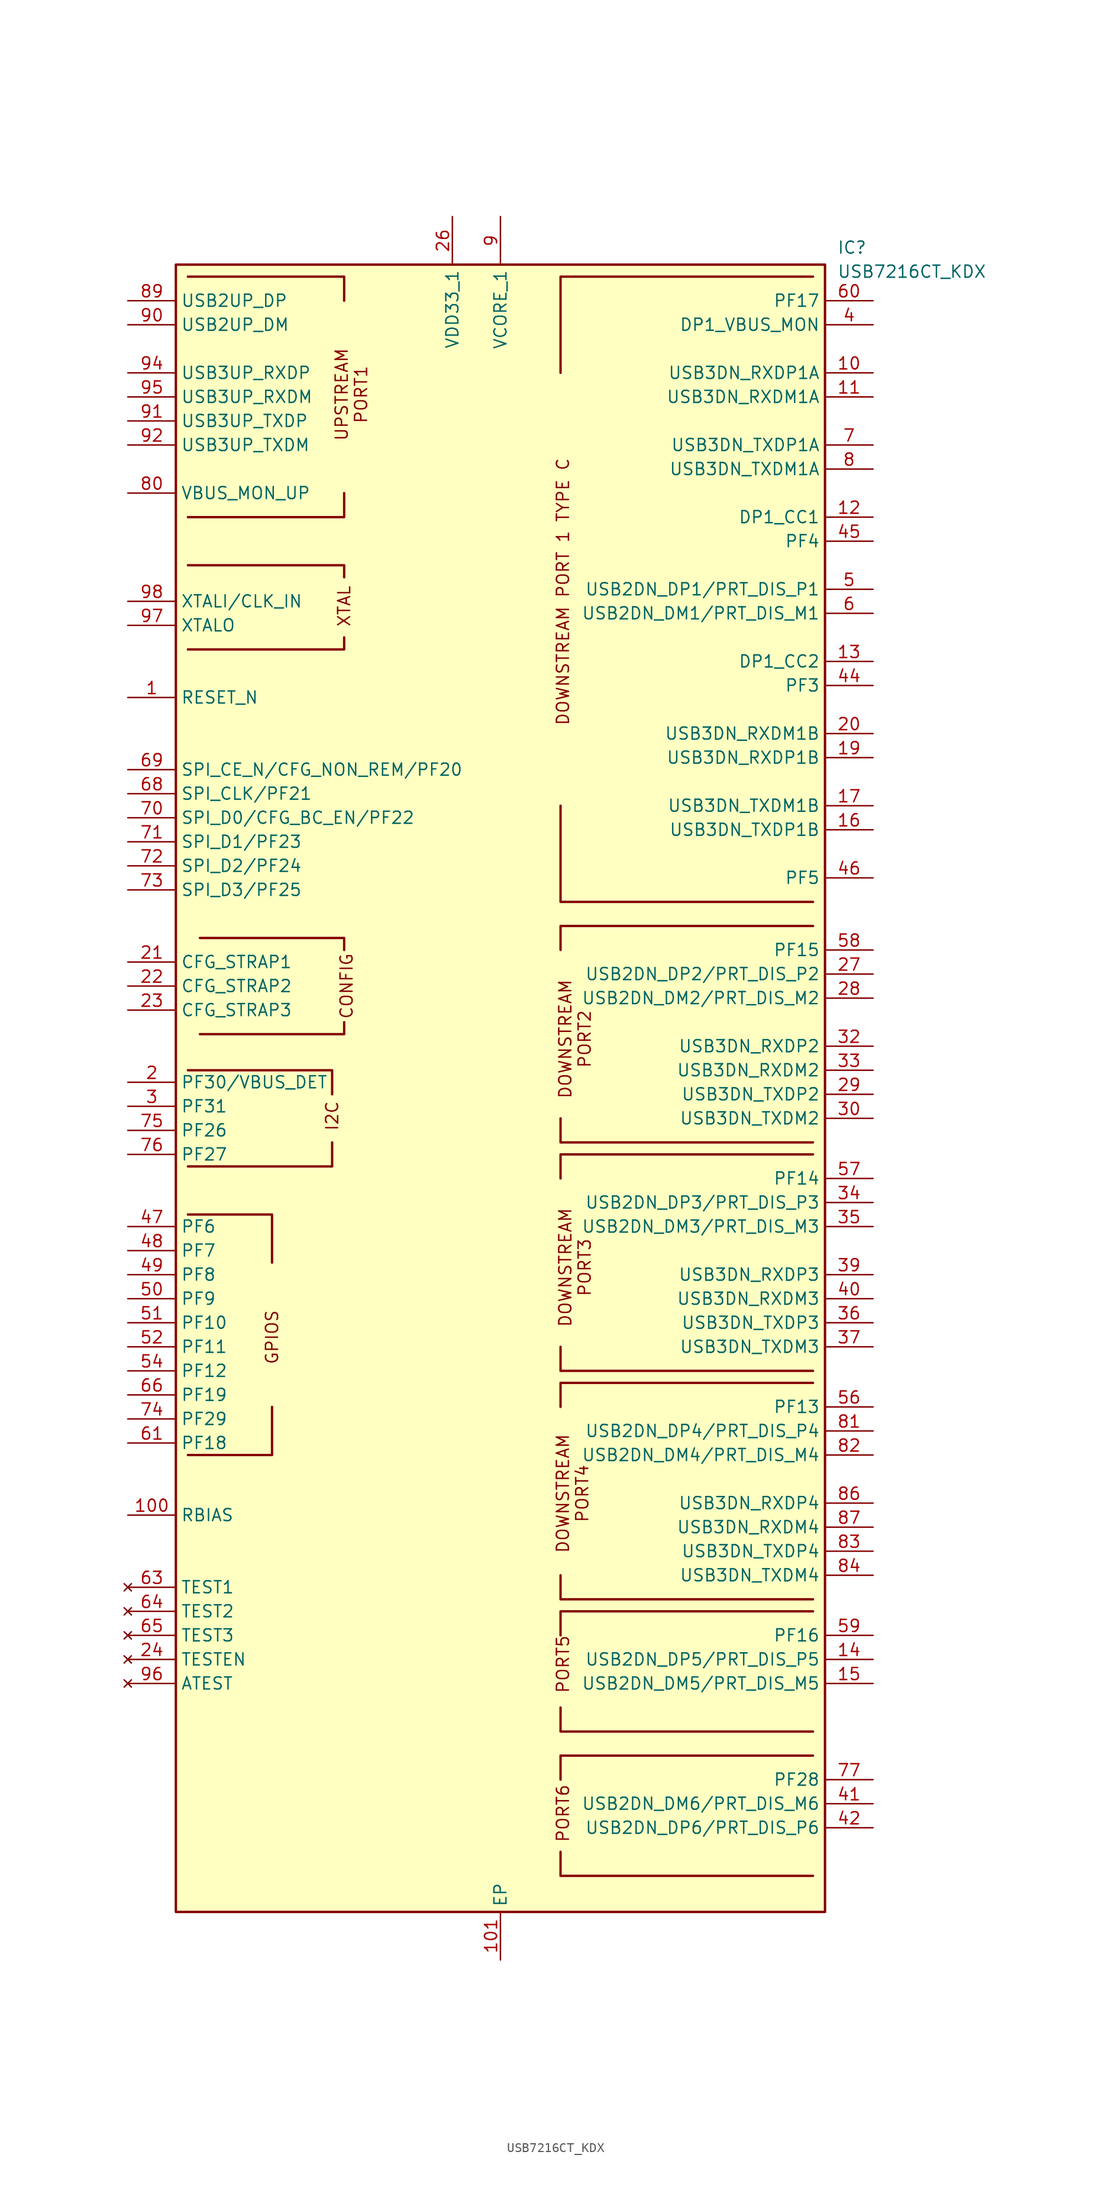
<source format=kicad_sym>
(kicad_symbol_lib
  (version 20241209)
  (generator "kicad_symbol_editor")
  (generator_version "9.0")
  (symbol "USB7216CT_KDX"
    (property "Reference" "IC"
      (at 35.56 85.09 0)
      (effects (font (size 1.27 1.27)) (justify left top)))
    (property "Value" "USB7216CT_KDX"
      (at 35.56 82.55 0)
      (effects (font (size 1.27 1.27)) (justify left top)))
    (symbol "USB7216CT_KDX_0_1"
      (polyline (pts (xy -33.02 81.28) (xy -16.51 81.28) (xy -16.51 78.74)) (stroke (width 0.25) (type default)) (fill (type none)))
      (polyline (pts (xy -33.02 55.88) (xy -16.51 55.88) (xy -16.51 58.42)) (stroke (width 0.25) (type default)) (fill (type none)))
      (polyline (pts (xy -33.02 50.8) (xy -16.51 50.8) (xy -16.51 49.53)) (stroke (width 0.25) (type default)) (fill (type none)))
      (polyline (pts (xy -33.02 41.91) (xy -16.51 41.91) (xy -16.51 43.18)) (stroke (width 0.25) (type default)) (fill (type none)))
      (polyline (pts (xy 33.02 81.28) (xy 6.35 81.28) (xy 6.35 71.12)) (stroke (width 0.25) (type default)) (fill (type none)))
      (polyline (pts (xy 33.02 15.24) (xy 6.35 15.24) (xy 6.35 25.4)) (stroke (width 0.25) (type default)) (fill (type none)))
      (polyline (pts (xy 33.02 12.7) (xy 6.35 12.7) (xy 6.35 10.16)) (stroke (width 0.25) (type default)) (fill (type none)))
      (polyline (pts (xy 33.02 -10.16) (xy 6.35 -10.16) (xy 6.35 -7.62)) (stroke (width 0.25) (type default)) (fill (type none)))
      (polyline (pts (xy 33.02 -11.43) (xy 6.35 -11.43) (xy 6.35 -13.97)) (stroke (width 0.25) (type default)) (fill (type none)))
      (polyline (pts (xy 33.02 -34.29) (xy 6.35 -34.29) (xy 6.35 -31.75)) (stroke (width 0.25) (type default)) (fill (type none)))
      (polyline (pts (xy 33.02 -35.56) (xy 6.35 -35.56) (xy 6.35 -38.1)) (stroke (width 0.25) (type default)) (fill (type none)))
      (polyline (pts (xy 33.02 -58.42) (xy 6.35 -58.42) (xy 6.35 -55.88)) (stroke (width 0.25) (type default)) (fill (type none)))
      (polyline (pts (xy 33.02 -59.69) (xy 6.35 -59.69) (xy 6.35 -62.23)) (stroke (width 0.25) (type default)) (fill (type none)))
      (polyline (pts (xy 33.02 -72.39) (xy 6.35 -72.39) (xy 6.35 -69.85)) (stroke (width 0.25) (type default)) (fill (type none)))
      (polyline (pts (xy 33.02 -74.93) (xy 6.35 -74.93) (xy 6.35 -77.47)) (stroke (width 0.25) (type default)) (fill (type none)))
      (polyline (pts (xy 33.02 -87.63) (xy 6.35 -87.63) (xy 6.35 -85.09)) (stroke (width 0.25) (type default)) (fill (type none))))
    (symbol "USB7216CT_KDX_1_1"
      (rectangle (start -34.29 82.55) (end 34.29 -91.44) (stroke (width 0.254) (type default)) (fill (type background)))
      (polyline (pts (xy -33.02 -2.54) (xy -17.78 -2.54) (xy -17.78 -5.08)) (stroke (width 0.25) (type default)) (fill (type none)))
      (polyline (pts (xy -33.02 -12.7) (xy -17.78 -12.7) (xy -17.78 -10.16)) (stroke (width 0.25) (type default)) (fill (type none)))
      (polyline (pts (xy -33.02 -17.78) (xy -24.13 -17.78) (xy -24.13 -22.86)) (stroke (width 0.25) (type default)) (fill (type none)))
      (polyline (pts (xy -33.02 -43.18) (xy -24.13 -43.18) (xy -24.13 -38.1)) (stroke (width 0.25) (type default)) (fill (type none)))
      (polyline (pts (xy -31.75 11.43) (xy -16.51 11.43) (xy -16.51 10.16)) (stroke (width 0.25) (type default)) (fill (type none)))
      (polyline (pts (xy -31.75 1.27) (xy -16.51 1.27) (xy -16.51 2.54)) (stroke (width 0.25) (type default)) (fill (type none)))
      (text "GPIOS" (at -24.13 -30.734 900) (effects (font (size 1.27 1.27))))
      (text "I2C" (at -17.78 -7.366 900) (effects (font (size 1.27 1.27))))
      (text "XTAL" (at -16.51 46.482 900) (effects (font (size 1.27 1.27))))
      (text "CONFIG" (at -16.256 6.35 900) (effects (font (size 1.27 1.27))))
      (text "UPSTREAM\nPORT1" (at -15.748 68.834 900) (effects (font (size 1.27 1.27))))
      (text "DOWNSTREAM PORT 1 TYPE C" (at 6.604 48.006 900) (effects (font (size 1.27 1.27))))
      (text "PORT5" (at 6.604 -65.278 900) (effects (font (size 1.27 1.27))))
      (text "PORT6" (at 6.604 -81.026 900) (effects (font (size 1.27 1.27))))
      (text "DOWNSTREAM\nPORT4" (at 7.62 -47.244 900) (effects (font (size 1.27 1.27))))
      (text "DOWNSTREAM\nPORT2" (at 7.874 0.762 900) (effects (font (size 1.27 1.27))))
      (text "DOWNSTREAM\nPORT3" (at 7.874 -23.368 900) (effects (font (size 1.27 1.27))))
      (pin passive line (at -39.37 78.74 0) (length 5.08) (name "USB2UP_DP" (effects (font (size 1.27 1.27)))) (number "89" (effects (font (size 1.27 1.27)))))
      (pin passive line (at -39.37 76.2 0) (length 5.08) (name "USB2UP_DM" (effects (font (size 1.27 1.27)))) (number "90" (effects (font (size 1.27 1.27)))))
      (pin passive line (at -39.37 71.12 0) (length 5.08) (name "USB3UP_RXDP" (effects (font (size 1.27 1.27)))) (number "94" (effects (font (size 1.27 1.27)))))
      (pin passive line (at -39.37 68.58 0) (length 5.08) (name "USB3UP_RXDM" (effects (font (size 1.27 1.27)))) (number "95" (effects (font (size 1.27 1.27)))))
      (pin passive line (at -39.37 66.04 0) (length 5.08) (name "USB3UP_TXDP" (effects (font (size 1.27 1.27)))) (number "91" (effects (font (size 1.27 1.27)))))
      (pin passive line (at -39.37 63.5 0) (length 5.08) (name "USB3UP_TXDM" (effects (font (size 1.27 1.27)))) (number "92" (effects (font (size 1.27 1.27)))))
      (pin passive line (at -39.37 58.42 0) (length 5.08) (name "VBUS_MON_UP" (effects (font (size 1.27 1.27)))) (number "80" (effects (font (size 1.27 1.27)))))
      (pin passive line (at -39.37 46.99 0) (length 5.08) (name "XTALI/CLK_IN" (effects (font (size 1.27 1.27)))) (number "98" (effects (font (size 1.27 1.27)))))
      (pin passive line (at -39.37 44.45 0) (length 5.08) (name "XTALO" (effects (font (size 1.27 1.27)))) (number "97" (effects (font (size 1.27 1.27)))))
      (pin passive line (at -39.37 36.83 0) (length 5.08) (name "RESET_N" (effects (font (size 1.27 1.27)))) (number "1" (effects (font (size 1.27 1.27)))))
      (pin passive line (at -39.37 29.21 0) (length 5.08) (name "SPI_CE_N/CFG_NON_REM/PF20" (effects (font (size 1.27 1.27)))) (number "69" (effects (font (size 1.27 1.27)))))
      (pin passive line (at -39.37 26.67 0) (length 5.08) (name "SPI_CLK/PF21" (effects (font (size 1.27 1.27)))) (number "68" (effects (font (size 1.27 1.27)))))
      (pin passive line (at -39.37 24.13 0) (length 5.08) (name "SPI_D0/CFG_BC_EN/PF22" (effects (font (size 1.27 1.27)))) (number "70" (effects (font (size 1.27 1.27)))))
      (pin passive line (at -39.37 21.59 0) (length 5.08) (name "SPI_D1/PF23" (effects (font (size 1.27 1.27)))) (number "71" (effects (font (size 1.27 1.27)))))
      (pin passive line (at -39.37 19.05 0) (length 5.08) (name "SPI_D2/PF24" (effects (font (size 1.27 1.27)))) (number "72" (effects (font (size 1.27 1.27)))))
      (pin passive line (at -39.37 16.51 0) (length 5.08) (name "SPI_D3/PF25" (effects (font (size 1.27 1.27)))) (number "73" (effects (font (size 1.27 1.27)))))
      (pin passive line (at -39.37 8.89 0) (length 5.08) (name "CFG_STRAP1" (effects (font (size 1.27 1.27)))) (number "21" (effects (font (size 1.27 1.27)))))
      (pin passive line (at -39.37 6.35 0) (length 5.08) (name "CFG_STRAP2" (effects (font (size 1.27 1.27)))) (number "22" (effects (font (size 1.27 1.27)))))
      (pin passive line (at -39.37 3.81 0) (length 5.08) (name "CFG_STRAP3" (effects (font (size 1.27 1.27)))) (number "23" (effects (font (size 1.27 1.27)))))
      (pin passive line (at -39.37 -3.81 0) (length 5.08) (name "PF30/VBUS_DET" (effects (font (size 1.27 1.27)))) (number "2" (effects (font (size 1.27 1.27)))))
      (pin passive line (at -39.37 -6.35 0) (length 5.08) (name "PF31" (effects (font (size 1.27 1.27)))) (number "3" (effects (font (size 1.27 1.27)))))
      (pin passive line (at -39.37 -8.89 0) (length 5.08) (name "PF26" (effects (font (size 1.27 1.27)))) (number "75" (effects (font (size 1.27 1.27)))))
      (pin passive line (at -39.37 -11.43 0) (length 5.08) (name "PF27" (effects (font (size 1.27 1.27)))) (number "76" (effects (font (size 1.27 1.27)))))
      (pin passive line (at -39.37 -19.05 0) (length 5.08) (name "PF6" (effects (font (size 1.27 1.27)))) (number "47" (effects (font (size 1.27 1.27)))))
      (pin passive line (at -39.37 -21.59 0) (length 5.08) (name "PF7" (effects (font (size 1.27 1.27)))) (number "48" (effects (font (size 1.27 1.27)))))
      (pin passive line (at -39.37 -24.13 0) (length 5.08) (name "PF8" (effects (font (size 1.27 1.27)))) (number "49" (effects (font (size 1.27 1.27)))))
      (pin passive line (at -39.37 -26.67 0) (length 5.08) (name "PF9" (effects (font (size 1.27 1.27)))) (number "50" (effects (font (size 1.27 1.27)))))
      (pin passive line (at -39.37 -29.21 0) (length 5.08) (name "PF10" (effects (font (size 1.27 1.27)))) (number "51" (effects (font (size 1.27 1.27)))))
      (pin passive line (at -39.37 -31.75 0) (length 5.08) (name "PF11" (effects (font (size 1.27 1.27)))) (number "52" (effects (font (size 1.27 1.27)))))
      (pin passive line (at -39.37 -34.29 0) (length 5.08) (name "PF12" (effects (font (size 1.27 1.27)))) (number "54" (effects (font (size 1.27 1.27)))))
      (pin passive line (at -39.37 -36.83 0) (length 5.08) (name "PF19" (effects (font (size 1.27 1.27)))) (number "66" (effects (font (size 1.27 1.27)))))
      (pin passive line (at -39.37 -39.37 0) (length 5.08) (name "PF29" (effects (font (size 1.27 1.27)))) (number "74" (effects (font (size 1.27 1.27)))))
      (pin passive line (at -39.37 -41.91 0) (length 5.08) (name "PF18" (effects (font (size 1.27 1.27)))) (number "61" (effects (font (size 1.27 1.27)))))
      (pin passive line (at -39.37 -49.53 0) (length 5.08) (name "RBIAS" (effects (font (size 1.27 1.27)))) (number "100" (effects (font (size 1.27 1.27)))))
      (pin no_connect line (at -39.37 -57.15 0) (length 5.08) (name "TEST1" (effects (font (size 1.27 1.27)))) (number "63" (effects (font (size 1.27 1.27)))))
      (pin no_connect line (at -39.37 -59.69 0) (length 5.08) (name "TEST2" (effects (font (size 1.27 1.27)))) (number "64" (effects (font (size 1.27 1.27)))))
      (pin no_connect line (at -39.37 -62.23 0) (length 5.08) (name "TEST3" (effects (font (size 1.27 1.27)))) (number "65" (effects (font (size 1.27 1.27)))))
      (pin no_connect line (at -39.37 -64.77 0) (length 5.08) (name "TESTEN" (effects (font (size 1.27 1.27)))) (number "24" (effects (font (size 1.27 1.27)))))
      (pin no_connect line (at -39.37 -67.31 0) (length 5.08) (name "ATEST" (effects (font (size 1.27 1.27)))) (number "96" (effects (font (size 1.27 1.27)))))
      (pin passive line (at -5.08 87.63 270) (length 5.08) (name "VDD33_1" (effects (font (size 1.27 1.27)))) (number "26" (effects (font (size 1.27 1.27)))))
      (pin passive line (at -5.08 87.63 270) (length 5.08) (hide yes) (name "VDD33_2" (effects (font (size 1.27 1.27)))) (number "43" (effects (font (size 1.27 1.27)))))
      (pin passive line (at -5.08 87.63 270) (length 5.08) (hide yes) (name "VDD33_3" (effects (font (size 1.27 1.27)))) (number "53" (effects (font (size 1.27 1.27)))))
      (pin passive line (at -5.08 87.63 270) (length 5.08) (hide yes) (name "VDD33_4" (effects (font (size 1.27 1.27)))) (number "62" (effects (font (size 1.27 1.27)))))
      (pin passive line (at -5.08 87.63 270) (length 5.08) (hide yes) (name "VDD33_5" (effects (font (size 1.27 1.27)))) (number "67" (effects (font (size 1.27 1.27)))))
      (pin passive line (at -5.08 87.63 270) (length 5.08) (hide yes) (name "VDD33_6" (effects (font (size 1.27 1.27)))) (number "79" (effects (font (size 1.27 1.27)))))
      (pin passive line (at -5.08 87.63 270) (length 5.08) (hide yes) (name "VDD33_7" (effects (font (size 1.27 1.27)))) (number "88" (effects (font (size 1.27 1.27)))))
      (pin passive line (at -5.08 87.63 270) (length 5.08) (hide yes) (name "VDD33_8" (effects (font (size 1.27 1.27)))) (number "99" (effects (font (size 1.27 1.27)))))
      (pin passive line (at 0 87.63 270) (length 5.08) (hide yes) (name "VCORE_2" (effects (font (size 1.27 1.27)))) (number "18" (effects (font (size 1.27 1.27)))))
      (pin passive line (at 0 87.63 270) (length 5.08) (hide yes) (name "VCORE_3" (effects (font (size 1.27 1.27)))) (number "25" (effects (font (size 1.27 1.27)))))
      (pin passive line (at 0 87.63 270) (length 5.08) (hide yes) (name "VCORE_4" (effects (font (size 1.27 1.27)))) (number "31" (effects (font (size 1.27 1.27)))))
      (pin passive line (at 0 87.63 270) (length 5.08) (hide yes) (name "VCORE_5" (effects (font (size 1.27 1.27)))) (number "38" (effects (font (size 1.27 1.27)))))
      (pin passive line (at 0 87.63 270) (length 5.08) (hide yes) (name "VCORE_6" (effects (font (size 1.27 1.27)))) (number "55" (effects (font (size 1.27 1.27)))))
      (pin passive line (at 0 87.63 270) (length 5.08) (hide yes) (name "VCORE_7" (effects (font (size 1.27 1.27)))) (number "78" (effects (font (size 1.27 1.27)))))
      (pin passive line (at 0 87.63 270) (length 5.08) (hide yes) (name "VCORE_8" (effects (font (size 1.27 1.27)))) (number "85" (effects (font (size 1.27 1.27)))))
      (pin passive line (at 0 87.63 270) (length 5.08) (name "VCORE_1" (effects (font (size 1.27 1.27)))) (number "9" (effects (font (size 1.27 1.27)))))
      (pin passive line (at 0 87.63 270) (length 5.08) (hide yes) (name "VCORE_9" (effects (font (size 1.27 1.27)))) (number "93" (effects (font (size 1.27 1.27)))))
      (pin passive line (at 0 -96.52 90) (length 5.08) (name "EP" (effects (font (size 1.27 1.27)))) (number "101" (effects (font (size 1.27 1.27)))))
      (pin passive line (at 39.37 78.74 180) (length 5.08) (name "PF17" (effects (font (size 1.27 1.27)))) (number "60" (effects (font (size 1.27 1.27)))))
      (pin passive line (at 39.37 76.2 180) (length 5.08) (name "DP1_VBUS_MON" (effects (font (size 1.27 1.27)))) (number "4" (effects (font (size 1.27 1.27)))))
      (pin passive line (at 39.37 71.12 180) (length 5.08) (name "USB3DN_RXDP1A" (effects (font (size 1.27 1.27)))) (number "10" (effects (font (size 1.27 1.27)))))
      (pin passive line (at 39.37 68.58 180) (length 5.08) (name "USB3DN_RXDM1A" (effects (font (size 1.27 1.27)))) (number "11" (effects (font (size 1.27 1.27)))))
      (pin passive line (at 39.37 63.5 180) (length 5.08) (name "USB3DN_TXDP1A" (effects (font (size 1.27 1.27)))) (number "7" (effects (font (size 1.27 1.27)))))
      (pin passive line (at 39.37 60.96 180) (length 5.08) (name "USB3DN_TXDM1A" (effects (font (size 1.27 1.27)))) (number "8" (effects (font (size 1.27 1.27)))))
      (pin passive line (at 39.37 55.88 180) (length 5.08) (name "DP1_CC1" (effects (font (size 1.27 1.27)))) (number "12" (effects (font (size 1.27 1.27)))))
      (pin passive line (at 39.37 53.34 180) (length 5.08) (name "PF4" (effects (font (size 1.27 1.27)))) (number "45" (effects (font (size 1.27 1.27)))))
      (pin passive line (at 39.37 48.26 180) (length 5.08) (name "USB2DN_DP1/PRT_DIS_P1" (effects (font (size 1.27 1.27)))) (number "5" (effects (font (size 1.27 1.27)))))
      (pin passive line (at 39.37 45.72 180) (length 5.08) (name "USB2DN_DM1/PRT_DIS_M1" (effects (font (size 1.27 1.27)))) (number "6" (effects (font (size 1.27 1.27)))))
      (pin passive line (at 39.37 40.64 180) (length 5.08) (name "DP1_CC2" (effects (font (size 1.27 1.27)))) (number "13" (effects (font (size 1.27 1.27)))))
      (pin passive line (at 39.37 38.1 180) (length 5.08) (name "PF3" (effects (font (size 1.27 1.27)))) (number "44" (effects (font (size 1.27 1.27)))))
      (pin passive line (at 39.37 33.02 180) (length 5.08) (name "USB3DN_RXDM1B" (effects (font (size 1.27 1.27)))) (number "20" (effects (font (size 1.27 1.27)))))
      (pin passive line (at 39.37 30.48 180) (length 5.08) (name "USB3DN_RXDP1B" (effects (font (size 1.27 1.27)))) (number "19" (effects (font (size 1.27 1.27)))))
      (pin passive line (at 39.37 25.4 180) (length 5.08) (name "USB3DN_TXDM1B" (effects (font (size 1.27 1.27)))) (number "17" (effects (font (size 1.27 1.27)))))
      (pin passive line (at 39.37 22.86 180) (length 5.08) (name "USB3DN_TXDP1B" (effects (font (size 1.27 1.27)))) (number "16" (effects (font (size 1.27 1.27)))))
      (pin passive line (at 39.37 17.78 180) (length 5.08) (name "PF5" (effects (font (size 1.27 1.27)))) (number "46" (effects (font (size 1.27 1.27)))))
      (pin passive line (at 39.37 10.16 180) (length 5.08) (name "PF15" (effects (font (size 1.27 1.27)))) (number "58" (effects (font (size 1.27 1.27)))))
      (pin passive line (at 39.37 7.62 180) (length 5.08) (name "USB2DN_DP2/PRT_DIS_P2" (effects (font (size 1.27 1.27)))) (number "27" (effects (font (size 1.27 1.27)))))
      (pin passive line (at 39.37 5.08 180) (length 5.08) (name "USB2DN_DM2/PRT_DIS_M2" (effects (font (size 1.27 1.27)))) (number "28" (effects (font (size 1.27 1.27)))))
      (pin passive line (at 39.37 0 180) (length 5.08) (name "USB3DN_RXDP2" (effects (font (size 1.27 1.27)))) (number "32" (effects (font (size 1.27 1.27)))))
      (pin passive line (at 39.37 -2.54 180) (length 5.08) (name "USB3DN_RXDM2" (effects (font (size 1.27 1.27)))) (number "33" (effects (font (size 1.27 1.27)))))
      (pin passive line (at 39.37 -5.08 180) (length 5.08) (name "USB3DN_TXDP2" (effects (font (size 1.27 1.27)))) (number "29" (effects (font (size 1.27 1.27)))))
      (pin passive line (at 39.37 -7.62 180) (length 5.08) (name "USB3DN_TXDM2" (effects (font (size 1.27 1.27)))) (number "30" (effects (font (size 1.27 1.27)))))
      (pin passive line (at 39.37 -13.97 180) (length 5.08) (name "PF14" (effects (font (size 1.27 1.27)))) (number "57" (effects (font (size 1.27 1.27)))))
      (pin passive line (at 39.37 -16.51 180) (length 5.08) (name "USB2DN_DP3/PRT_DIS_P3" (effects (font (size 1.27 1.27)))) (number "34" (effects (font (size 1.27 1.27)))))
      (pin passive line (at 39.37 -19.05 180) (length 5.08) (name "USB2DN_DM3/PRT_DIS_M3" (effects (font (size 1.27 1.27)))) (number "35" (effects (font (size 1.27 1.27)))))
      (pin passive line (at 39.37 -24.13 180) (length 5.08) (name "USB3DN_RXDP3" (effects (font (size 1.27 1.27)))) (number "39" (effects (font (size 1.27 1.27)))))
      (pin passive line (at 39.37 -26.67 180) (length 5.08) (name "USB3DN_RXDM3" (effects (font (size 1.27 1.27)))) (number "40" (effects (font (size 1.27 1.27)))))
      (pin passive line (at 39.37 -29.21 180) (length 5.08) (name "USB3DN_TXDP3" (effects (font (size 1.27 1.27)))) (number "36" (effects (font (size 1.27 1.27)))))
      (pin passive line (at 39.37 -31.75 180) (length 5.08) (name "USB3DN_TXDM3" (effects (font (size 1.27 1.27)))) (number "37" (effects (font (size 1.27 1.27)))))
      (pin passive line (at 39.37 -38.1 180) (length 5.08) (name "PF13" (effects (font (size 1.27 1.27)))) (number "56" (effects (font (size 1.27 1.27)))))
      (pin passive line (at 39.37 -40.64 180) (length 5.08) (name "USB2DN_DP4/PRT_DIS_P4" (effects (font (size 1.27 1.27)))) (number "81" (effects (font (size 1.27 1.27)))))
      (pin passive line (at 39.37 -43.18 180) (length 5.08) (name "USB2DN_DM4/PRT_DIS_M4" (effects (font (size 1.27 1.27)))) (number "82" (effects (font (size 1.27 1.27)))))
      (pin passive line (at 39.37 -48.26 180) (length 5.08) (name "USB3DN_RXDP4" (effects (font (size 1.27 1.27)))) (number "86" (effects (font (size 1.27 1.27)))))
      (pin passive line (at 39.37 -50.8 180) (length 5.08) (name "USB3DN_RXDM4" (effects (font (size 1.27 1.27)))) (number "87" (effects (font (size 1.27 1.27)))))
      (pin passive line (at 39.37 -53.34 180) (length 5.08) (name "USB3DN_TXDP4" (effects (font (size 1.27 1.27)))) (number "83" (effects (font (size 1.27 1.27)))))
      (pin passive line (at 39.37 -55.88 180) (length 5.08) (name "USB3DN_TXDM4" (effects (font (size 1.27 1.27)))) (number "84" (effects (font (size 1.27 1.27)))))
      (pin passive line (at 39.37 -62.23 180) (length 5.08) (name "PF16" (effects (font (size 1.27 1.27)))) (number "59" (effects (font (size 1.27 1.27)))))
      (pin passive line (at 39.37 -64.77 180) (length 5.08) (name "USB2DN_DP5/PRT_DIS_P5" (effects (font (size 1.27 1.27)))) (number "14" (effects (font (size 1.27 1.27)))))
      (pin passive line (at 39.37 -67.31 180) (length 5.08) (name "USB2DN_DM5/PRT_DIS_M5" (effects (font (size 1.27 1.27)))) (number "15" (effects (font (size 1.27 1.27)))))
      (pin passive line (at 39.37 -77.47 180) (length 5.08) (name "PF28" (effects (font (size 1.27 1.27)))) (number "77" (effects (font (size 1.27 1.27)))))
      (pin passive line (at 39.37 -80.01 180) (length 5.08) (name "USB2DN_DM6/PRT_DIS_M6" (effects (font (size 1.27 1.27)))) (number "41" (effects (font (size 1.27 1.27)))))
      (pin passive line (at 39.37 -82.55 180) (length 5.08) (name "USB2DN_DP6/PRT_DIS_P6" (effects (font (size 1.27 1.27)))) (number "42" (effects (font (size 1.27 1.27))))))))
</source>
